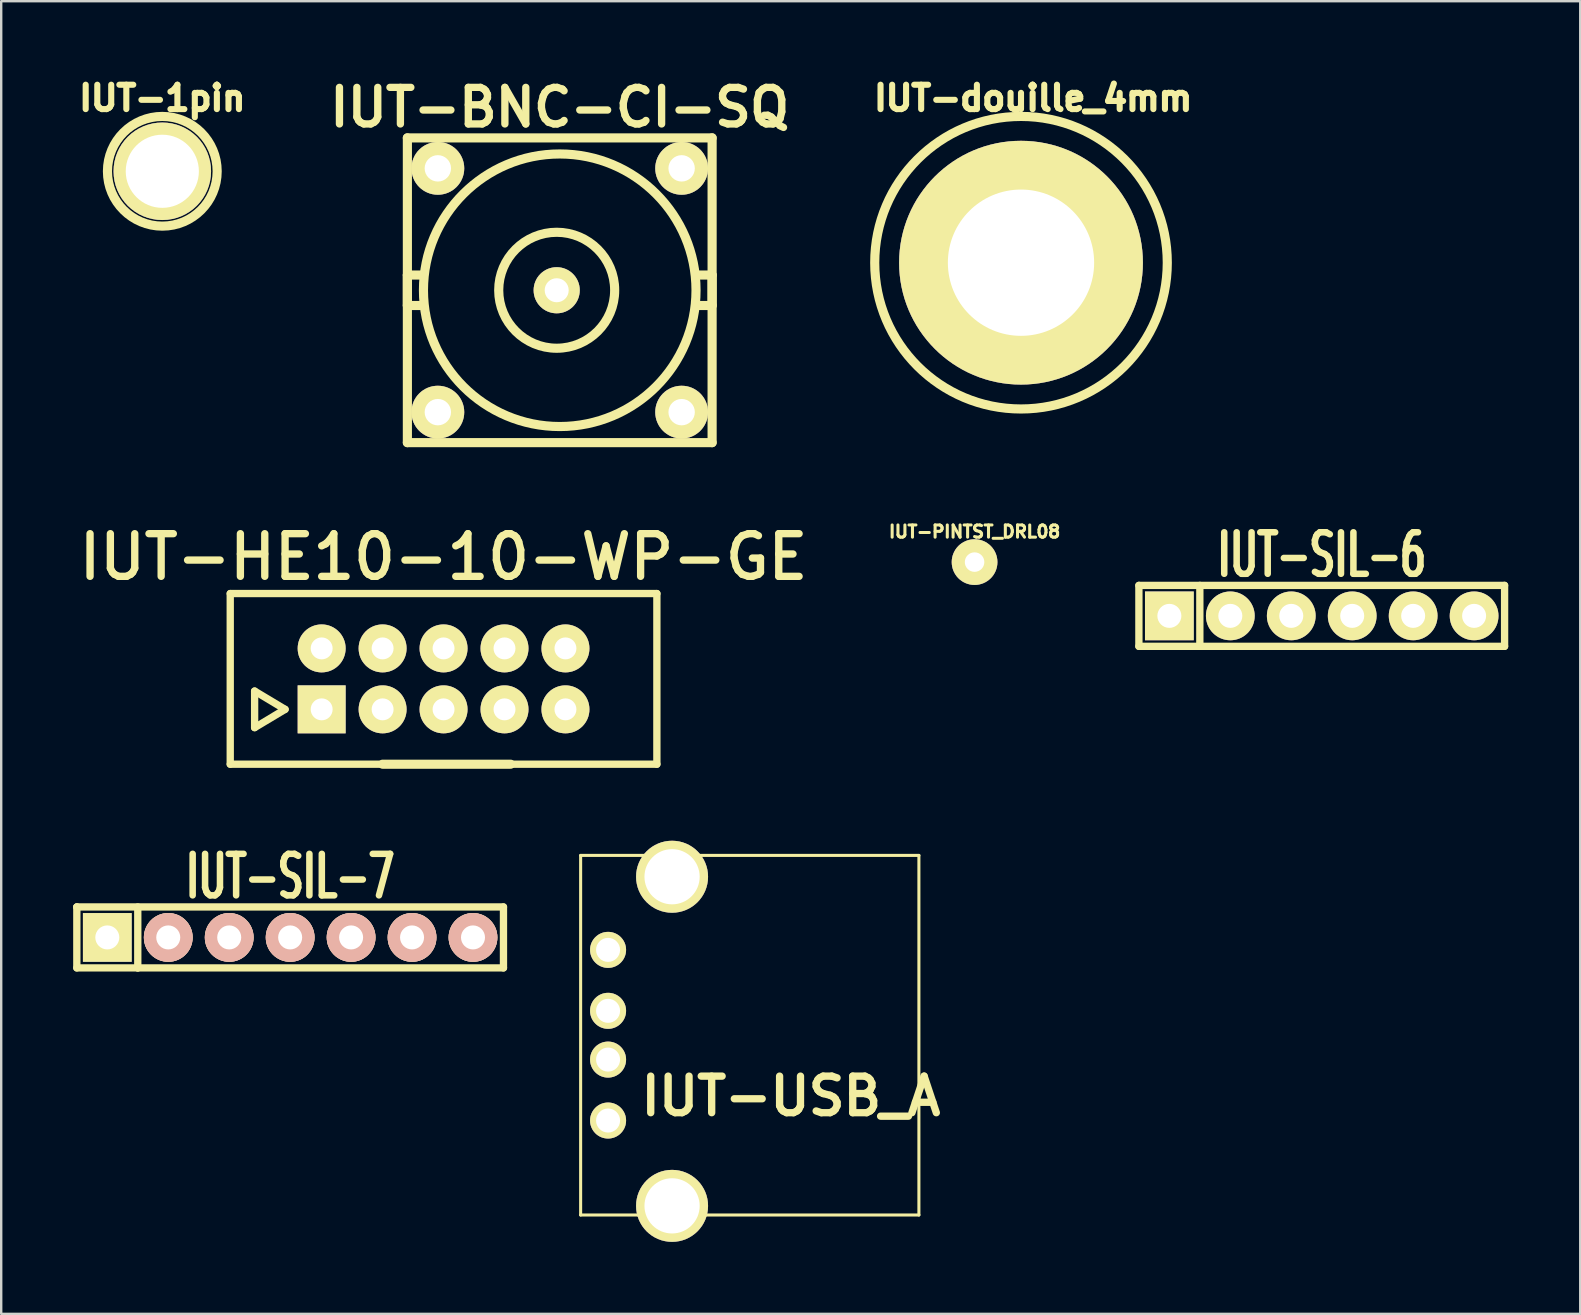
<source format=kicad_pcb>
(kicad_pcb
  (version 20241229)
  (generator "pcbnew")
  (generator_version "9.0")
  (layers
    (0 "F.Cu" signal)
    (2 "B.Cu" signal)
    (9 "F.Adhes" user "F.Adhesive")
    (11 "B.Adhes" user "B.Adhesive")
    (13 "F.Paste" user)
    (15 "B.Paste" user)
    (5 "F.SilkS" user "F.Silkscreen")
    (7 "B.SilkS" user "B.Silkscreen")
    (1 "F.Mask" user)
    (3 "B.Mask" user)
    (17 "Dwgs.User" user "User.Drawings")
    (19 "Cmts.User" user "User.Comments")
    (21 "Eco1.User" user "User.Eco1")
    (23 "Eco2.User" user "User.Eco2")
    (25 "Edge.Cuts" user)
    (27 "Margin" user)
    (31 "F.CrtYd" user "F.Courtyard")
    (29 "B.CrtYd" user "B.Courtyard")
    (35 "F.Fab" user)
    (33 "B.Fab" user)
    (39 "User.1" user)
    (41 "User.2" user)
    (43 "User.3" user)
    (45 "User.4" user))
  (footprint "IUT-SIL-7"
    (layer "F.Cu")
    (at 9.042 36.017)
    (property "Reference" "IUT-SIL-7" (at 0 -2.54 0) (layer "F.SilkS") (effects (font (size 1.73 1.087) (thickness 0.305))))
    (attr through_hole)
    (fp_line (start -8.89 -1.27) (end -8.89 -1.27) (stroke (width 0.305) (type solid)) (layer "F.SilkS"))
    (fp_line (start -8.89 -1.27) (end 8.89 -1.27) (stroke (width 0.305) (type solid)) (layer "F.SilkS"))
    (fp_line (start -8.89 1.27) (end -8.89 -1.27) (stroke (width 0.305) (type solid)) (layer "F.SilkS"))
    (fp_line (start -6.35 1.27) (end -6.35 -1.27) (stroke (width 0.305) (type solid)) (layer "F.SilkS"))
    (fp_line (start -6.35 1.27) (end -6.35 1.27) (stroke (width 0.305) (type solid)) (layer "F.SilkS"))
    (fp_line (start 8.89 -1.27) (end 8.89 1.27) (stroke (width 0.305) (type solid)) (layer "F.SilkS"))
    (fp_line (start 8.89 1.27) (end -8.89 1.27) (stroke (width 0.305) (type solid)) (layer "F.SilkS"))
    (pad "1" thru_hole rect (at -7.62 0) (size 2.032 2.032) (drill 1.001) (layers "*.Mask" "B.Cu" "F.SilkS"))
    (pad "2" thru_hole circle (at -5.08 0) (size 2.032 2.032) (drill 1.001) (layers "*.Cu" "*.SilkS" "*.Mask"))
    (pad "3" thru_hole circle (at -2.54 0) (size 2.032 2.032) (drill 1.001) (layers "*.Cu" "*.SilkS" "*.Mask"))
    (pad "4" thru_hole circle (at 0 0) (size 2.032 2.032) (drill 1.001) (layers "*.Cu" "*.SilkS" "*.Mask"))
    (pad "5" thru_hole circle (at 2.54 0) (size 2.032 2.032) (drill 1.001) (layers "*.Cu" "*.SilkS" "*.Mask"))
    (pad "6" thru_hole circle (at 5.08 0) (size 2.032 2.032) (drill 1.001) (layers "*.Cu" "*.SilkS" "*.Mask"))
    (pad "7" thru_hole circle (at 7.62 0) (size 2.032 2.032) (drill 1.001) (layers "*.Cu" "*.SilkS" "*.Mask")))
  (footprint "IUT-HE10-10-WP-GE"
    (layer "F.Cu")
    (at 15.435 25.242)
    (property "Reference" "IUT-HE10-10-WP-GE" (at 0 -5.08 0) (layer "F.SilkS") (effects (font (size 1.778 1.778) (thickness 0.305))))
    (attr through_hole)
    (fp_line (start -8.89 -3.556) (end 8.89 -3.556) (stroke (width 0.305) (type solid)) (layer "F.SilkS"))
    (fp_line (start -8.89 3.556) (end -8.89 -3.556) (stroke (width 0.305) (type solid)) (layer "F.SilkS"))
    (fp_line (start -7.874 0.508) (end -7.874 2.032) (stroke (width 0.305) (type solid)) (layer "F.SilkS"))
    (fp_line (start -7.874 2.032) (end -6.604 1.27) (stroke (width 0.305) (type solid)) (layer "F.SilkS"))
    (fp_line (start -6.604 1.27) (end -7.874 0.508) (stroke (width 0.305) (type solid)) (layer "F.SilkS"))
    (fp_line (start -2.54 3.556) (end -8.89 3.556) (stroke (width 0.305) (type solid)) (layer "F.SilkS"))
    (fp_line (start 2.794 3.556) (end -2.54 3.556) (stroke (width 0.381) (type solid)) (layer "F.SilkS"))
    (fp_line (start 8.89 3.556) (end 2.54 3.556) (stroke (width 0.305) (type solid)) (layer "F.SilkS"))
    (fp_line (start 8.89 3.556) (end 8.89 -3.556) (stroke (width 0.305) (type solid)) (layer "F.SilkS"))
    (pad "1" thru_hole rect (at -5.08 1.27) (size 1.999 1.999) (drill 0.914) (layers "*.Mask" "B.Cu" "F.SilkS"))
    (pad "2" thru_hole circle (at -5.08 -1.27) (size 1.999 1.999) (drill 0.914) (layers "*.Mask" "B.Cu" "F.SilkS"))
    (pad "3" thru_hole circle (at -2.54 1.27) (size 1.999 1.999) (drill 0.914) (layers "*.Mask" "B.Cu" "F.SilkS"))
    (pad "4" thru_hole circle (at -2.54 -1.27) (size 1.999 1.999) (drill 0.914) (layers "*.Mask" "B.Cu" "F.SilkS"))
    (pad "5" thru_hole circle (at 0 1.27) (size 1.999 1.999) (drill 0.914) (layers "*.Mask" "B.Cu" "F.SilkS"))
    (pad "6" thru_hole circle (at 0 -1.27) (size 1.999 1.999) (drill 0.914) (layers "*.Mask" "B.Cu" "F.SilkS"))
    (pad "7" thru_hole circle (at 2.54 1.27) (size 1.999 1.999) (drill 0.914) (layers "*.Mask" "B.Cu" "F.SilkS"))
    (pad "8" thru_hole circle (at 2.54 -1.27) (size 1.999 1.999) (drill 0.914) (layers "*.Mask" "B.Cu" "F.SilkS"))
    (pad "9" thru_hole circle (at 5.08 1.27) (size 1.999 1.999) (drill 0.914) (layers "*.Mask" "B.Cu" "F.SilkS"))
    (pad "10" thru_hole circle (at 5.08 -1.27) (size 1.999 1.999) (drill 0.914) (layers "*.Mask" "B.Cu" "F.SilkS")))
  (footprint "IUT-USB_A"
    (layer "F.Cu")
    (at 22.291 40.092)
    (property "Reference" "IUT-USB_A" (at 7.62 2.54 0) (layer "F.SilkS") (effects (font (size 1.524 1.524) (thickness 0.305))))
    (attr through_hole)
    (fp_line (start -1.143 -7.493) (end -1.143 7.493) (stroke (width 0.127) (type solid)) (layer "F.SilkS"))
    (fp_line (start -1.143 -7.493) (end 12.954 -7.493) (stroke (width 0.127) (type solid)) (layer "F.SilkS"))
    (fp_line (start 12.954 -7.493) (end 12.954 7.493) (stroke (width 0.127) (type solid)) (layer "F.SilkS"))
    (fp_line (start 12.954 7.493) (end -1.143 7.493) (stroke (width 0.127) (type solid)) (layer "F.SilkS"))
    (pad "1" thru_hole circle (at 0 3.556) (size 1.501 1.501) (drill 1.001) (layers "*.Mask" "B.Cu" "F.SilkS"))
    (pad "2" thru_hole circle (at 0 1.016) (size 1.501 1.501) (drill 1.001) (layers "*.Mask" "B.Cu" "F.SilkS"))
    (pad "3" thru_hole circle (at 0 -1.016) (size 1.501 1.501) (drill 1.001) (layers "*.Mask" "B.Cu" "F.SilkS"))
    (pad "4" thru_hole circle (at 0 -3.556) (size 1.501 1.501) (drill 1.001) (layers "*.Mask" "B.Cu" "F.SilkS"))
    (pad "5" thru_hole circle (at 2.667 -6.604) (size 3 3) (drill 2.301) (layers "*.Mask" "B.Cu" "F.SilkS"))
    (pad "6" thru_hole circle (at 2.667 7.112) (size 3 3) (drill 2.301) (layers "*.Mask" "B.Cu" "F.SilkS")))
  (footprint "IUT-douille_4mm"
    (layer "F.Cu")
    (at 39.5 7.898)
    (property "Reference" "IUT-douille_4mm" (at 0.508 -6.858 0) (layer "F.SilkS") (effects (font (size 1.016 1.016) (thickness 0.305))))
    (attr through_hole)
    (fp_circle (center 0 0) (end 0 -6.096) (stroke (width 0.381) (type solid)) (fill no) (layer "F.SilkS"))
    (pad "1" thru_hole circle (at 0 0) (size 10.16 10.16) (drill 6.096) (layers "*.Cu" "*.Mask" "F.SilkS")))
  (footprint "IUT-BNC-CI-SQ"
    (layer "F.Cu")
    (at 20.277 9.046)
    (property "Reference" "IUT-BNC-CI-SQ" (at 0 -7.62 0) (layer "F.SilkS") (effects (font (size 1.524 1.524) (thickness 0.305))))
    (attr through_hole)
    (fp_line (start -6.35 -6.35) (end 6.35 -6.35) (stroke (width 0.381) (type solid)) (layer "F.SilkS"))
    (fp_line (start -6.35 -0.635) (end -6.35 0.635) (stroke (width 0.381) (type solid)) (layer "F.SilkS"))
    (fp_line (start -6.35 0.635) (end -5.715 0.635) (stroke (width 0.381) (type solid)) (layer "F.SilkS"))
    (fp_line (start -6.35 6.35) (end -6.35 -6.35) (stroke (width 0.381) (type solid)) (layer "F.SilkS"))
    (fp_line (start -5.715 -0.635) (end -6.35 -0.635) (stroke (width 0.381) (type solid)) (layer "F.SilkS"))
    (fp_line (start 5.715 -0.635) (end 6.35 -0.635) (stroke (width 0.381) (type solid)) (layer "F.SilkS"))
    (fp_line (start 6.35 -6.35) (end 6.35 6.35) (stroke (width 0.381) (type solid)) (layer "F.SilkS"))
    (fp_line (start 6.35 -0.635) (end 6.35 0.635) (stroke (width 0.381) (type solid)) (layer "F.SilkS"))
    (fp_line (start 6.35 0.635) (end 5.715 0.635) (stroke (width 0.381) (type solid)) (layer "F.SilkS"))
    (fp_line (start 6.35 6.35) (end -6.35 6.35) (stroke (width 0.381) (type solid)) (layer "F.SilkS"))
    (fp_circle (center -0.127 0) (end 0 -2.413) (stroke (width 0.381) (type solid)) (fill no) (layer "F.SilkS"))
    (fp_circle (center 0 0) (end 5.08 -2.54) (stroke (width 0.381) (type solid)) (fill no) (layer "F.SilkS"))
    (pad "1" thru_hole circle (at -0.127 0) (size 1.923 1.923) (drill 1.001) (layers "*.Mask" "B.Cu" "F.SilkS"))
    (pad "2" thru_hole circle (at -5.08 -5.08) (size 2.2 2.2) (drill 1.1) (layers "*.Mask" "B.Cu" "F.SilkS"))
    (pad "2" thru_hole circle (at -5.08 5.08) (size 2.2 2.2) (drill 1.1) (layers "*.Mask" "B.Cu" "F.SilkS"))
    (pad "2" thru_hole circle (at 5.08 -5.08) (size 2.2 2.2) (drill 1.1) (layers "*.Mask" "B.Cu" "F.SilkS"))
    (pad "2" thru_hole circle (at 5.08 5.08) (size 2.2 2.2) (drill 1.1) (layers "*.Mask" "B.Cu" "F.SilkS")))
  (footprint "IUT-PINTST_DRL08"
    (layer "F.Cu")
    (at 37.565 20.375)
    (property "Reference" "IUT-PINTST_DRL08" (at 0 -1.268 0) (layer "F.SilkS") (effects (font (size 0.508 0.508) (thickness 0.127))))
    (attr through_hole)
    (fp_circle (center 0 0) (end -0.254 -0.762) (stroke (width 0.127) (type solid)) (fill no) (layer "F.SilkS"))
    (pad "1" thru_hole circle (at 0 0) (size 1.905 1.905) (drill 0.813) (layers "*.Mask" "B.Cu" "F.SilkS")))
  (footprint "IUT-SIL-6"
    (layer "F.Cu")
    (at 52.033 22.616)
    (property "Reference" "IUT-SIL-6" (at 0 -2.54 0) (layer "F.SilkS") (effects (font (size 1.73 1.087) (thickness 0.305))))
    (attr through_hole)
    (fp_line (start -7.62 -1.27) (end 7.62 -1.27) (stroke (width 0.305) (type solid)) (layer "F.SilkS"))
    (fp_line (start -7.62 1.27) (end -7.62 -1.27) (stroke (width 0.305) (type solid)) (layer "F.SilkS"))
    (fp_line (start -5.08 1.27) (end -5.08 -1.27) (stroke (width 0.305) (type solid)) (layer "F.SilkS"))
    (fp_line (start 7.62 -1.27) (end 7.62 1.27) (stroke (width 0.305) (type solid)) (layer "F.SilkS"))
    (fp_line (start 7.62 1.27) (end -7.62 1.27) (stroke (width 0.305) (type solid)) (layer "F.SilkS"))
    (pad "1" thru_hole rect (at -6.35 0) (size 2.032 2.032) (drill 1.001) (layers "*.Mask" "B.Cu" "F.SilkS"))
    (pad "2" thru_hole circle (at -3.81 0) (size 2.032 2.032) (drill 1.001) (layers "*.Mask" "B.Cu" "F.SilkS"))
    (pad "3" thru_hole circle (at -1.27 0) (size 2.032 2.032) (drill 1.001) (layers "*.Mask" "B.Cu" "F.SilkS"))
    (pad "4" thru_hole circle (at 1.27 0) (size 2.032 2.032) (drill 1.001) (layers "*.Mask" "B.Cu" "F.SilkS"))
    (pad "5" thru_hole circle (at 3.81 0) (size 2.032 2.032) (drill 1.001) (layers "*.Mask" "B.Cu" "F.SilkS"))
    (pad "6" thru_hole circle (at 6.35 0) (size 2.032 2.032) (drill 1.001) (layers "*.Mask" "B.Cu" "F.SilkS")))
  (footprint "IUT-1pin"
    (layer "F.Cu")
    (at 3.714 4.088)
    (property "Reference" "IUT-1pin" (at 0 -3.048 0) (layer "F.SilkS") (effects (font (size 1.016 1.016) (thickness 0.254))))
    (attr through_hole)
    (fp_circle (center 0 0) (end 0 -2.286) (stroke (width 0.381) (type solid)) (fill no) (layer "F.SilkS"))
    (pad "1" thru_hole circle (at 0 0) (size 4.064 4.064) (drill 3.048) (layers "*.Cu" "*.Mask" "F.SilkS")))
  (gr_rect
    (start -3 -3)
    (end 62.806 51.704)
    (stroke (width 0.1) (type default))
    (fill no)
    (layer "Edge.Cuts")))
</source>
